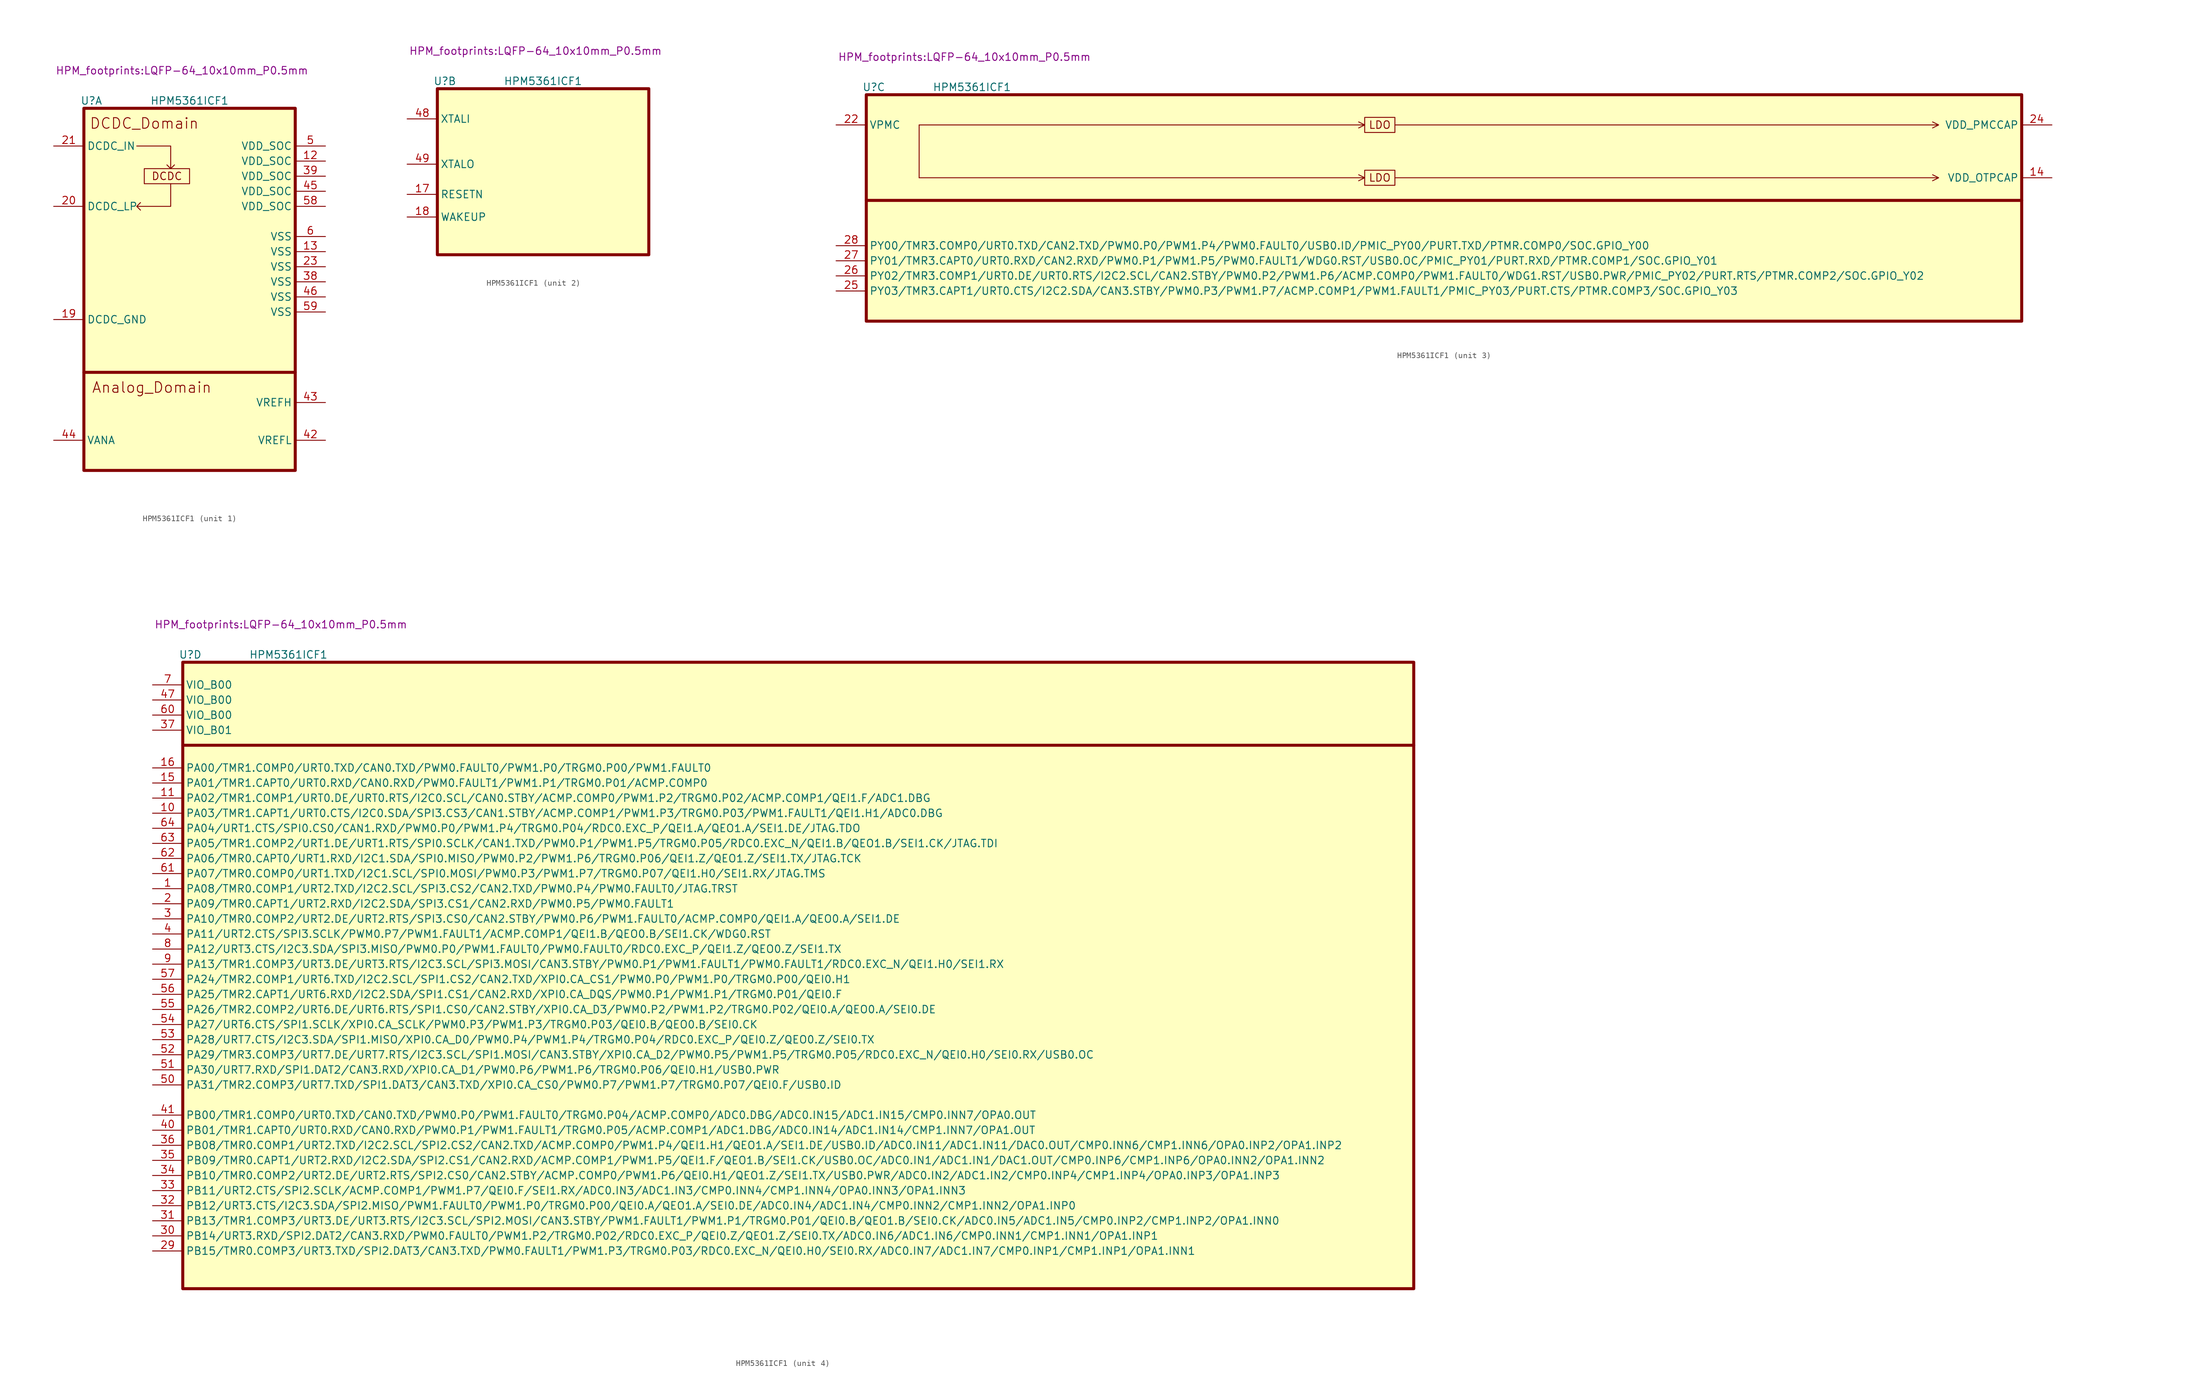
<source format=kicad_sym>
(kicad_symbol_lib
  (version 20220914)
  (generator kicad_symbol_editor)
  (symbol "HPM5361ICF1"
    (property "Reference" "U"
      (at 1.27 1.27 0)
      (effects (font (size 1.27 1.27))))
    (property "Value" "HPM5361ICF1"
      (at 17.78 1.27 0)
      (effects (font (size 1.27 1.27))))
    (property "Footprint" "HPM_footprints:LQFP-64_10x10mm_P0.5mm"
      (at 16.51 6.35 0)
      (effects (font (size 1.27 1.27))))
    (property "ki_locked" ""
      (at 0 0 0)
      (effects (font (size 1.27 1.27))))
    (symbol "HPM5361ICF1_1_1"
      (polyline (pts (xy 0 -44.45) (xy 35.56 -44.45)) (stroke (width 0.508) (type default)) (fill (type none)))
      (polyline (pts (xy 8.89 -6.35) (xy 14.605 -6.35) (xy 14.605 -10.16) (xy 13.97 -9.525) (xy 14.605 -10.16) (xy 15.24 -9.525)) (stroke (width 0) (type default)) (fill (type none)))
      (polyline (pts (xy 14.605 -12.7) (xy 14.605 -16.51) (xy 8.89 -16.51) (xy 9.525 -15.875) (xy 8.89 -16.51) (xy 9.525 -17.145)) (stroke (width 0) (type default)) (fill (type none)))
      (rectangle (start 0 0) (end 35.56 -60.96) (stroke (width 0.508) (type default)) (fill (type background)))
      (rectangle (start 10.16 -10.16) (end 17.78 -12.7) (stroke (width 0) (type default)) (fill (type none)))
      (text "Analog_Domain" (at 11.43 -46.99 0) (effects (font (size 1.778 1.778))))
      (text "DCDC" (at 13.97 -11.43 0) (effects (font (size 1.27 1.27))))
      (text "DCDC_Domain" (at 10.16 -2.54 0) (effects (font (size 1.778 1.778))))
      (pin power_in line (at 40.64 -8.89 180) (length 5.08) (name "VDD_SOC" (effects (font (size 1.27 1.27)))) (number "12" (effects (font (size 1.27 1.27)))))
      (pin power_in line (at 40.64 -24.13 180) (length 5.08) (name "VSS" (effects (font (size 1.27 1.27)))) (number "13" (effects (font (size 1.27 1.27)))))
      (pin power_in line (at -5.08 -35.56 0) (length 5.08) (name "DCDC_GND" (effects (font (size 1.27 1.27)))) (number "19" (effects (font (size 1.27 1.27)))))
      (pin power_in line (at -5.08 -16.51 0) (length 5.08) (name "DCDC_LP" (effects (font (size 1.27 1.27)))) (number "20" (effects (font (size 1.27 1.27)))))
      (pin power_in line (at -5.08 -6.35 0) (length 5.08) (name "DCDC_IN" (effects (font (size 1.27 1.27)))) (number "21" (effects (font (size 1.27 1.27)))))
      (pin power_in line (at 40.64 -26.67 180) (length 5.08) (name "VSS" (effects (font (size 1.27 1.27)))) (number "23" (effects (font (size 1.27 1.27)))))
      (pin power_in line (at 40.64 -29.21 180) (length 5.08) (name "VSS" (effects (font (size 1.27 1.27)))) (number "38" (effects (font (size 1.27 1.27)))))
      (pin power_in line (at 40.64 -11.43 180) (length 5.08) (name "VDD_SOC" (effects (font (size 1.27 1.27)))) (number "39" (effects (font (size 1.27 1.27)))))
      (pin power_in line (at 40.64 -55.88 180) (length 5.08) (name "VREFL" (effects (font (size 1.27 1.27)))) (number "42" (effects (font (size 1.27 1.27)))))
      (pin power_in line (at 40.64 -49.53 180) (length 5.08) (name "VREFH" (effects (font (size 1.27 1.27)))) (number "43" (effects (font (size 1.27 1.27)))))
      (pin power_in line (at -5.08 -55.88 0) (length 5.08) (name "VANA" (effects (font (size 1.27 1.27)))) (number "44" (effects (font (size 1.27 1.27)))))
      (pin power_in line (at 40.64 -13.97 180) (length 5.08) (name "VDD_SOC" (effects (font (size 1.27 1.27)))) (number "45" (effects (font (size 1.27 1.27)))))
      (pin power_in line (at 40.64 -31.75 180) (length 5.08) (name "VSS" (effects (font (size 1.27 1.27)))) (number "46" (effects (font (size 1.27 1.27)))))
      (pin power_in line (at 40.64 -6.35 180) (length 5.08) (name "VDD_SOC" (effects (font (size 1.27 1.27)))) (number "5" (effects (font (size 1.27 1.27)))))
      (pin power_in line (at 40.64 -16.51 180) (length 5.08) (name "VDD_SOC" (effects (font (size 1.27 1.27)))) (number "58" (effects (font (size 1.27 1.27)))))
      (pin bidirectional line (at 40.64 -34.29 180) (length 5.08) (name "VSS" (effects (font (size 1.27 1.27)))) (number "59" (effects (font (size 1.27 1.27)))))
      (pin power_in line (at 40.64 -21.59 180) (length 5.08) (name "VSS" (effects (font (size 1.27 1.27)))) (number "6" (effects (font (size 1.27 1.27))))))
    (symbol "HPM5361ICF1_2_1"
      (rectangle (start 0 0) (end 35.56 -27.94) (stroke (width 0.508) (type default)) (fill (type background)))
      (pin input line (at -5.08 -17.78 0) (length 5.08) (name "RESETN" (effects (font (size 1.27 1.27)))) (number "17" (effects (font (size 1.27 1.27)))))
      (pin input line (at -5.08 -21.59 0) (length 5.08) (name "WAKEUP" (effects (font (size 1.27 1.27)))) (number "18" (effects (font (size 1.27 1.27)))))
      (pin input line (at -5.08 -5.08 0) (length 5.08) (name "XTALI" (effects (font (size 1.27 1.27)))) (number "48" (effects (font (size 1.27 1.27)))))
      (pin output line (at -5.08 -12.7 0) (length 5.08) (name "XTALO" (effects (font (size 1.27 1.27)))) (number "49" (effects (font (size 1.27 1.27))))))
    (symbol "HPM5361ICF1_3_0"
      (polyline (pts (xy 8.89 -13.97) (xy 83.82 -13.97) (xy 82.804 -13.462) (xy 83.82 -13.97) (xy 82.804 -14.478)) (stroke (width 0) (type default)) (fill (type none)))
      (polyline (pts (xy 8.89 -5.08) (xy 83.82 -5.08) (xy 82.804 -4.572) (xy 83.82 -5.08) (xy 82.804 -5.588)) (stroke (width 0) (type default)) (fill (type none)))
      (polyline (pts (xy 88.9 -13.97) (xy 180.34 -13.97) (xy 179.324 -13.462) (xy 180.34 -13.97) (xy 179.324 -14.478)) (stroke (width 0) (type default)) (fill (type none)))
      (polyline (pts (xy 88.9 -5.08) (xy 180.34 -5.08) (xy 179.324 -4.572) (xy 180.34 -5.08) (xy 179.324 -5.588)) (stroke (width 0) (type default)) (fill (type none))))
    (symbol "HPM5361ICF1_3_1"
      (polyline (pts (xy 0 -17.78) (xy 194.31 -17.78)) (stroke (width 0.508) (type default)) (fill (type none)))
      (polyline (pts (xy 8.89 -12.7) (xy 8.89 -5.08) (xy 8.89 -13.97)) (stroke (width 0) (type default)) (fill (type none)))
      (rectangle (start 0 0) (end 194.31 -38.1) (stroke (width 0.508) (type default)) (fill (type background)))
      (rectangle (start 83.82 -12.7) (end 88.9 -15.24) (stroke (width 0) (type default)) (fill (type none)))
      (rectangle (start 83.82 -3.81) (end 88.9 -6.35) (stroke (width 0) (type default)) (fill (type none)))
      (text "LDO" (at 86.36 -13.97 0) (effects (font (size 1.27 1.27))))
      (text "LDO" (at 86.36 -5.08 0) (effects (font (size 1.27 1.27))))
      (pin power_out line (at 199.39 -13.97 180) (length 5.08) (name "VDD_OTPCAP" (effects (font (size 1.27 1.27)))) (number "14" (effects (font (size 1.27 1.27)))))
      (pin power_in line (at -5.08 -5.08 0) (length 5.08) (name "VPMC" (effects (font (size 1.27 1.27)))) (number "22" (effects (font (size 1.27 1.27)))))
      (pin power_out line (at 199.39 -5.08 180) (length 5.08) (name "VDD_PMCCAP" (effects (font (size 1.27 1.27)))) (number "24" (effects (font (size 1.27 1.27)))))
      (pin bidirectional line (at -5.08 -33.02 0) (length 5.08) (name "PY03/TMR3.CAPT1/URT0.CTS/I2C2.SDA/CAN3.STBY/PWM0.P3/PWM1.P7/ACMP.COMP1/PWM1.FAULT1/PMIC_PY03/PURT.CTS/PTMR.COMP3/SOC.GPIO_Y03" (effects (font (size 1.27 1.27)))) (number "25" (effects (font (size 1.27 1.27)))))
      (pin bidirectional line (at -5.08 -30.48 0) (length 5.08) (name "PY02/TMR3.COMP1/URT0.DE/URT0.RTS/I2C2.SCL/CAN2.STBY/PWM0.P2/PWM1.P6/ACMP.COMP0/PWM1.FAULT0/WDG1.RST/USB0.PWR/PMIC_PY02/PURT.RTS/PTMR.COMP2/SOC.GPIO_Y02" (effects (font (size 1.27 1.27)))) (number "26" (effects (font (size 1.27 1.27)))))
      (pin bidirectional line (at -5.08 -27.94 0) (length 5.08) (name "PY01/TMR3.CAPT0/URT0.RXD/CAN2.RXD/PWM0.P1/PWM1.P5/PWM0.FAULT1/WDG0.RST/USB0.OC/PMIC_PY01/PURT.RXD/PTMR.COMP1/SOC.GPIO_Y01" (effects (font (size 1.27 1.27)))) (number "27" (effects (font (size 1.27 1.27)))))
      (pin bidirectional line (at -5.08 -25.4 0) (length 5.08) (name "PY00/TMR3.COMP0/URT0.TXD/CAN2.TXD/PWM0.P0/PWM1.P4/PWM0.FAULT0/USB0.ID/PMIC_PY00/PURT.TXD/PTMR.COMP0/SOC.GPIO_Y00" (effects (font (size 1.27 1.27)))) (number "28" (effects (font (size 1.27 1.27))))))
    (symbol "HPM5361ICF1_4_1"
      (polyline (pts (xy 0 -13.97) (xy 207.01 -13.97)) (stroke (width 0.5) (type default)) (fill (type none)))
      (rectangle (start 0 0) (end 207.01 -105.41) (stroke (width 0.508) (type default)) (fill (type background)))
      (pin bidirectional line (at -5.08 -38.1 0) (length 5.08) (name "PA08/TMR0.COMP1/URT2.TXD/I2C2.SCL/SPI3.CS2/CAN2.TXD/PWM0.P4/PWM0.FAULT0/JTAG.TRST" (effects (font (size 1.27 1.27)))) (number "1" (effects (font (size 1.27 1.27)))))
      (pin bidirectional line (at -5.08 -25.4 0) (length 5.08) (name "PA03/TMR1.CAPT1/URT0.CTS/I2C0.SDA/SPI3.CS3/CAN1.STBY/ACMP.COMP1/PWM1.P3/TRGM0.P03/PWM1.FAULT1/QEI1.H1/ADC0.DBG" (effects (font (size 1.27 1.27)))) (number "10" (effects (font (size 1.27 1.27)))))
      (pin bidirectional line (at -5.08 -22.86 0) (length 5.08) (name "PA02/TMR1.COMP1/URT0.DE/URT0.RTS/I2C0.SCL/CAN0.STBY/ACMP.COMP0/PWM1.P2/TRGM0.P02/ACMP.COMP1/QEI1.F/ADC1.DBG" (effects (font (size 1.27 1.27)))) (number "11" (effects (font (size 1.27 1.27)))))
      (pin bidirectional line (at -5.08 -20.32 0) (length 5.08) (name "PA01/TMR1.CAPT0/URT0.RXD/CAN0.RXD/PWM0.FAULT1/PWM1.P1/TRGM0.P01/ACMP.COMP0" (effects (font (size 1.27 1.27)))) (number "15" (effects (font (size 1.27 1.27)))))
      (pin bidirectional line (at -5.08 -17.78 0) (length 5.08) (name "PA00/TMR1.COMP0/URT0.TXD/CAN0.TXD/PWM0.FAULT0/PWM1.P0/TRGM0.P00/PWM1.FAULT0" (effects (font (size 1.27 1.27)))) (number "16" (effects (font (size 1.27 1.27)))))
      (pin bidirectional line (at -5.08 -40.64 0) (length 5.08) (name "PA09/TMR0.CAPT1/URT2.RXD/I2C2.SDA/SPI3.CS1/CAN2.RXD/PWM0.P5/PWM0.FAULT1" (effects (font (size 1.27 1.27)))) (number "2" (effects (font (size 1.27 1.27)))))
      (pin passive line (at -5.08 -99.06 0) (length 5.08) (name "PB15/TMR0.COMP3/URT3.TXD/SPI2.DAT3/CAN3.TXD/PWM0.FAULT1/PWM1.P3/TRGM0.P03/RDC0.EXC_N/QEI0.H0/SEI0.RX/ADC0.IN7/ADC1.IN7/CMP0.INP1/CMP1.INP1/OPA1.INN1" (effects (font (size 1.27 1.27)))) (number "29" (effects (font (size 1.27 1.27)))))
      (pin bidirectional line (at -5.08 -43.18 0) (length 5.08) (name "PA10/TMR0.COMP2/URT2.DE/URT2.RTS/SPI3.CS0/CAN2.STBY/PWM0.P6/PWM1.FAULT0/ACMP.COMP0/QEI1.A/QEO0.A/SEI1.DE" (effects (font (size 1.27 1.27)))) (number "3" (effects (font (size 1.27 1.27)))))
      (pin bidirectional line (at -5.08 -96.52 0) (length 5.08) (name "PB14/URT3.RXD/SPI2.DAT2/CAN3.RXD/PWM0.FAULT0/PWM1.P2/TRGM0.P02/RDC0.EXC_P/QEI0.Z/QEO1.Z/SEI0.TX/ADC0.IN6/ADC1.IN6/CMP0.INN1/CMP1.INN1/OPA1.INP1" (effects (font (size 1.27 1.27)))) (number "30" (effects (font (size 1.27 1.27)))))
      (pin bidirectional line (at -5.08 -93.98 0) (length 5.08) (name "PB13/TMR1.COMP3/URT3.DE/URT3.RTS/I2C3.SCL/SPI2.MOSI/CAN3.STBY/PWM1.FAULT1/PWM1.P1/TRGM0.P01/QEI0.B/QEO1.B/SEI0.CK/ADC0.IN5/ADC1.IN5/CMP0.INP2/CMP1.INP2/OPA1.INN0" (effects (font (size 1.27 1.27)))) (number "31" (effects (font (size 1.27 1.27)))))
      (pin bidirectional line (at -5.08 -91.44 0) (length 5.08) (name "PB12/URT3.CTS/I2C3.SDA/SPI2.MISO/PWM1.FAULT0/PWM1.P0/TRGM0.P00/QEI0.A/QEO1.A/SEI0.DE/ADC0.IN4/ADC1.IN4/CMP0.INN2/CMP1.INN2/OPA1.INP0" (effects (font (size 1.27 1.27)))) (number "32" (effects (font (size 1.27 1.27)))))
      (pin bidirectional line (at -5.08 -88.9 0) (length 5.08) (name "PB11/URT2.CTS/SPI2.SCLK/ACMP.COMP1/PWM1.P7/QEI0.F/SEI1.RX/ADC0.IN3/ADC1.IN3/CMP0.INN4/CMP1.INN4/OPA0.INN3/OPA1.INN3" (effects (font (size 1.27 1.27)))) (number "33" (effects (font (size 1.27 1.27)))))
      (pin bidirectional line (at -5.08 -86.36 0) (length 5.08) (name "PB10/TMR0.COMP2/URT2.DE/URT2.RTS/SPI2.CS0/CAN2.STBY/ACMP.COMP0/PWM1.P6/QEI0.H1/QEO1.Z/SEI1.TX/USB0.PWR/ADC0.IN2/ADC1.IN2/CMP0.INP4/CMP1.INP4/OPA0.INP3/OPA1.INP3" (effects (font (size 1.27 1.27)))) (number "34" (effects (font (size 1.27 1.27)))))
      (pin bidirectional line (at -5.08 -83.82 0) (length 5.08) (name "PB09/TMR0.CAPT1/URT2.RXD/I2C2.SDA/SPI2.CS1/CAN2.RXD/ACMP.COMP1/PWM1.P5/QEI1.F/QEO1.B/SEI1.CK/USB0.OC/ADC0.IN1/ADC1.IN1/DAC1.OUT/CMP0.INP6/CMP1.INP6/OPA0.INN2/OPA1.INN2" (effects (font (size 1.27 1.27)))) (number "35" (effects (font (size 1.27 1.27)))))
      (pin bidirectional line (at -5.08 -81.28 0) (length 5.08) (name "PB08/TMR0.COMP1/URT2.TXD/I2C2.SCL/SPI2.CS2/CAN2.TXD/ACMP.COMP0/PWM1.P4/QEI1.H1/QEO1.A/SEI1.DE/USB0.ID/ADC0.IN11/ADC1.IN11/DAC0.OUT/CMP0.INN6/CMP1.INN6/OPA0.INP2/OPA1.INP2" (effects (font (size 1.27 1.27)))) (number "36" (effects (font (size 1.27 1.27)))))
      (pin power_in line (at -5.08 -11.43 0) (length 5.08) (name "VIO_B01" (effects (font (size 1.27 1.27)))) (number "37" (effects (font (size 1.27 1.27)))))
      (pin bidirectional line (at -5.08 -45.72 0) (length 5.08) (name "PA11/URT2.CTS/SPI3.SCLK/PWM0.P7/PWM1.FAULT1/ACMP.COMP1/QEI1.B/QEO0.B/SEI1.CK/WDG0.RST" (effects (font (size 1.27 1.27)))) (number "4" (effects (font (size 1.27 1.27)))))
      (pin bidirectional line (at -5.08 -78.74 0) (length 5.08) (name "PB01/TMR1.CAPT0/URT0.RXD/CAN0.RXD/PWM0.P1/PWM1.FAULT1/TRGM0.P05/ACMP.COMP1/ADC1.DBG/ADC0.IN14/ADC1.IN14/CMP1.INN7/OPA1.OUT" (effects (font (size 1.27 1.27)))) (number "40" (effects (font (size 1.27 1.27)))))
      (pin bidirectional line (at -5.08 -76.2 0) (length 5.08) (name "PB00/TMR1.COMP0/URT0.TXD/CAN0.TXD/PWM0.P0/PWM1.FAULT0/TRGM0.P04/ACMP.COMP0/ADC0.DBG/ADC0.IN15/ADC1.IN15/CMP0.INN7/OPA0.OUT" (effects (font (size 1.27 1.27)))) (number "41" (effects (font (size 1.27 1.27)))))
      (pin power_in line (at -5.08 -6.35 0) (length 5.08) (name "VIO_B00" (effects (font (size 1.27 1.27)))) (number "47" (effects (font (size 1.27 1.27)))))
      (pin bidirectional line (at -5.08 -71.12 0) (length 5.08) (name "PA31/TMR2.COMP3/URT7.TXD/SPI1.DAT3/CAN3.TXD/XPI0.CA_CS0/PWM0.P7/PWM1.P7/TRGM0.P07/QEI0.F/USB0.ID" (effects (font (size 1.27 1.27)))) (number "50" (effects (font (size 1.27 1.27)))))
      (pin bidirectional line (at -5.08 -68.58 0) (length 5.08) (name "PA30/URT7.RXD/SPI1.DAT2/CAN3.RXD/XPI0.CA_D1/PWM0.P6/PWM1.P6/TRGM0.P06/QEI0.H1/USB0.PWR" (effects (font (size 1.27 1.27)))) (number "51" (effects (font (size 1.27 1.27)))))
      (pin bidirectional line (at -5.08 -66.04 0) (length 5.08) (name "PA29/TMR3.COMP3/URT7.DE/URT7.RTS/I2C3.SCL/SPI1.MOSI/CAN3.STBY/XPI0.CA_D2/PWM0.P5/PWM1.P5/TRGM0.P05/RDC0.EXC_N/QEI0.H0/SEI0.RX/USB0.OC" (effects (font (size 1.27 1.27)))) (number "52" (effects (font (size 1.27 1.27)))))
      (pin bidirectional line (at -5.08 -63.5 0) (length 5.08) (name "PA28/URT7.CTS/I2C3.SDA/SPI1.MISO/XPI0.CA_D0/PWM0.P4/PWM1.P4/TRGM0.P04/RDC0.EXC_P/QEI0.Z/QEO0.Z/SEI0.TX" (effects (font (size 1.27 1.27)))) (number "53" (effects (font (size 1.27 1.27)))))
      (pin bidirectional line (at -5.08 -60.96 0) (length 5.08) (name "PA27/URT6.CTS/SPI1.SCLK/XPI0.CA_SCLK/PWM0.P3/PWM1.P3/TRGM0.P03/QEI0.B/QEO0.B/SEI0.CK" (effects (font (size 1.27 1.27)))) (number "54" (effects (font (size 1.27 1.27)))))
      (pin bidirectional line (at -5.08 -58.42 0) (length 5.08) (name "PA26/TMR2.COMP2/URT6.DE/URT6.RTS/SPI1.CS0/CAN2.STBY/XPI0.CA_D3/PWM0.P2/PWM1.P2/TRGM0.P02/QEI0.A/QEO0.A/SEI0.DE" (effects (font (size 1.27 1.27)))) (number "55" (effects (font (size 1.27 1.27)))))
      (pin bidirectional line (at -5.08 -55.88 0) (length 5.08) (name "PA25/TMR2.CAPT1/URT6.RXD/I2C2.SDA/SPI1.CS1/CAN2.RXD/XPI0.CA_DQS/PWM0.P1/PWM1.P1/TRGM0.P01/QEI0.F" (effects (font (size 1.27 1.27)))) (number "56" (effects (font (size 1.27 1.27)))))
      (pin bidirectional line (at -5.08 -53.34 0) (length 5.08) (name "PA24/TMR2.COMP1/URT6.TXD/I2C2.SCL/SPI1.CS2/CAN2.TXD/XPI0.CA_CS1/PWM0.P0/PWM1.P0/TRGM0.P00/QEI0.H1" (effects (font (size 1.27 1.27)))) (number "57" (effects (font (size 1.27 1.27)))))
      (pin power_in line (at -5.08 -8.89 0) (length 5.08) (name "VIO_B00" (effects (font (size 1.27 1.27)))) (number "60" (effects (font (size 1.27 1.27)))))
      (pin bidirectional line (at -5.08 -35.56 0) (length 5.08) (name "PA07/TMR0.COMP0/URT1.TXD/I2C1.SCL/SPI0.MOSI/PWM0.P3/PWM1.P7/TRGM0.P07/QEI1.H0/SEI1.RX/JTAG.TMS" (effects (font (size 1.27 1.27)))) (number "61" (effects (font (size 1.27 1.27)))))
      (pin bidirectional line (at -5.08 -33.02 0) (length 5.08) (name "PA06/TMR0.CAPT0/URT1.RXD/I2C1.SDA/SPI0.MISO/PWM0.P2/PWM1.P6/TRGM0.P06/QEI1.Z/QEO1.Z/SEI1.TX/JTAG.TCK" (effects (font (size 1.27 1.27)))) (number "62" (effects (font (size 1.27 1.27)))))
      (pin bidirectional line (at -5.08 -30.48 0) (length 5.08) (name "PA05/TMR1.COMP2/URT1.DE/URT1.RTS/SPI0.SCLK/CAN1.TXD/PWM0.P1/PWM1.P5/TRGM0.P05/RDC0.EXC_N/QEI1.B/QEO1.B/SEI1.CK/JTAG.TDI" (effects (font (size 1.27 1.27)))) (number "63" (effects (font (size 1.27 1.27)))))
      (pin bidirectional line (at -5.08 -27.94 0) (length 5.08) (name "PA04/URT1.CTS/SPI0.CS0/CAN1.RXD/PWM0.P0/PWM1.P4/TRGM0.P04/RDC0.EXC_P/QEI1.A/QEO1.A/SEI1.DE/JTAG.TDO" (effects (font (size 1.27 1.27)))) (number "64" (effects (font (size 1.27 1.27)))))
      (pin power_in line (at -5.08 -3.81 0) (length 5.08) (name "VIO_B00" (effects (font (size 1.27 1.27)))) (number "7" (effects (font (size 1.27 1.27)))))
      (pin bidirectional line (at -5.08 -48.26 0) (length 5.08) (name "PA12/URT3.CTS/I2C3.SDA/SPI3.MISO/PWM0.P0/PWM1.FAULT0/PWM0.FAULT0/RDC0.EXC_P/QEI1.Z/QEO0.Z/SEI1.TX" (effects (font (size 1.27 1.27)))) (number "8" (effects (font (size 1.27 1.27)))))
      (pin bidirectional line (at -5.08 -50.8 0) (length 5.08) (name "PA13/TMR1.COMP3/URT3.DE/URT3.RTS/I2C3.SCL/SPI3.MOSI/CAN3.STBY/PWM0.P1/PWM1.FAULT1/PWM0.FAULT1/RDC0.EXC_N/QEI1.H0/SEI1.RX" (effects (font (size 1.27 1.27)))) (number "9" (effects (font (size 1.27 1.27))))))))
</source>
